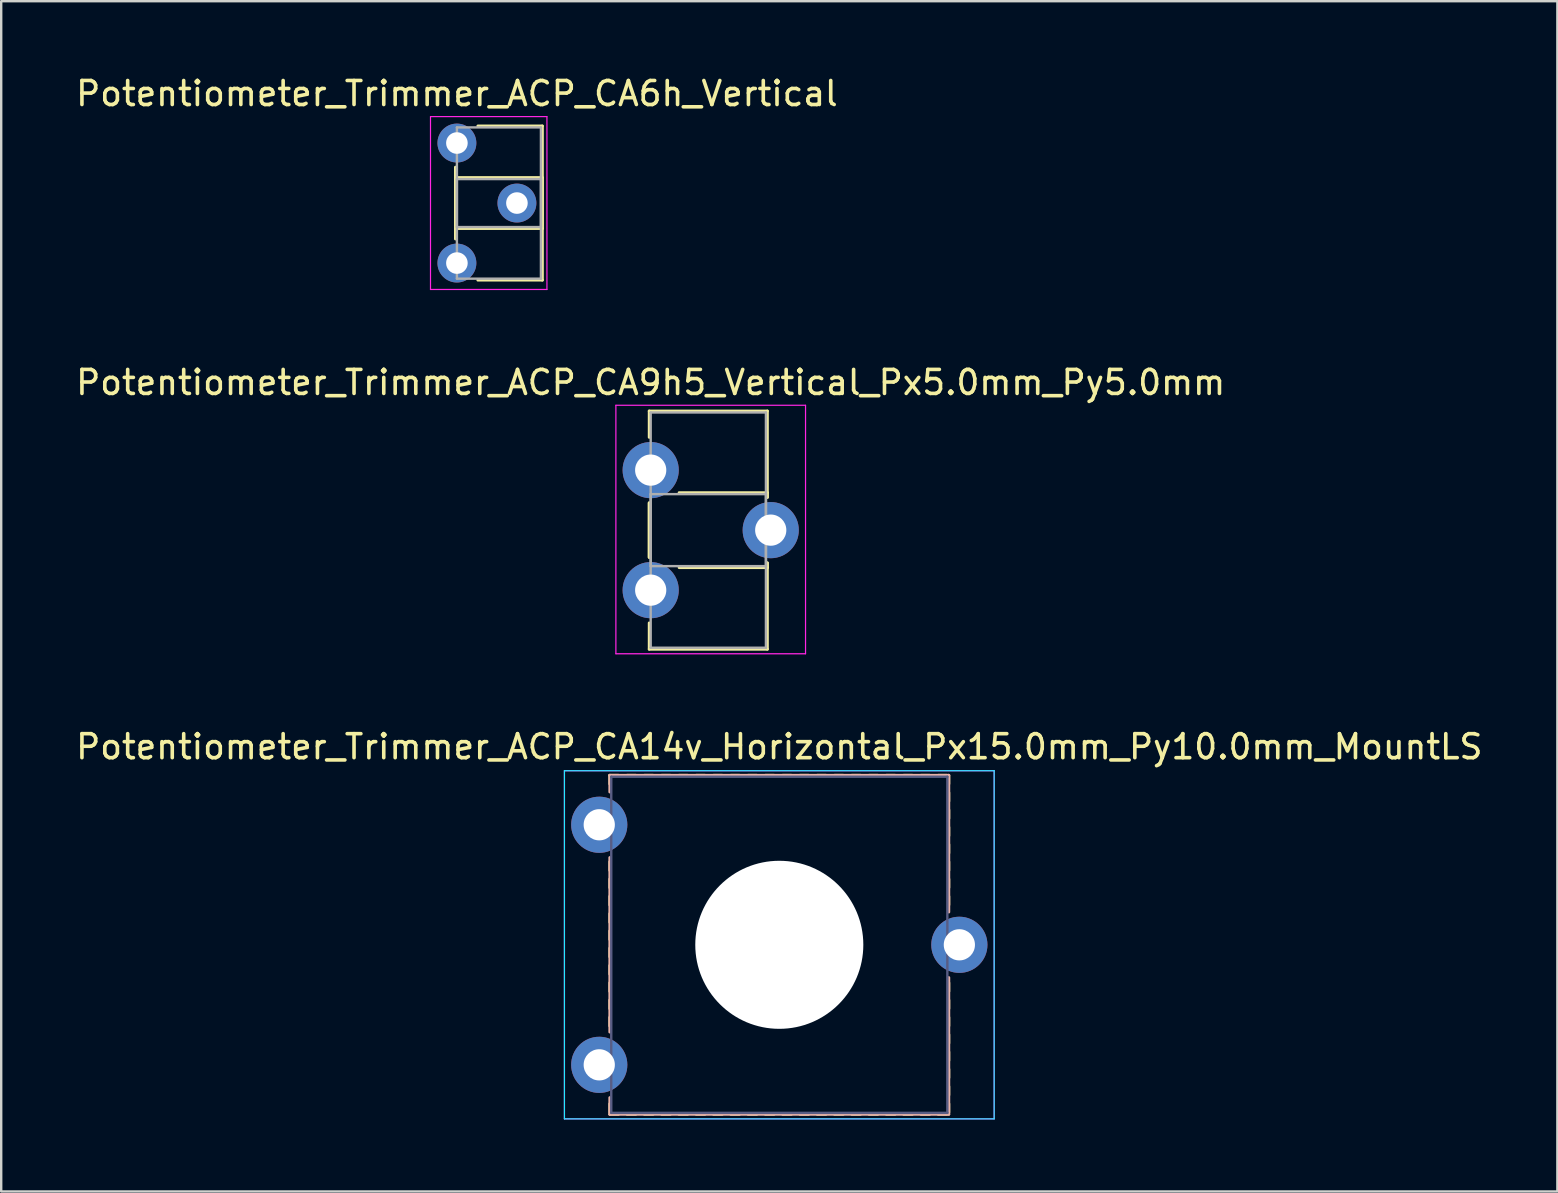
<source format=kicad_pcb>
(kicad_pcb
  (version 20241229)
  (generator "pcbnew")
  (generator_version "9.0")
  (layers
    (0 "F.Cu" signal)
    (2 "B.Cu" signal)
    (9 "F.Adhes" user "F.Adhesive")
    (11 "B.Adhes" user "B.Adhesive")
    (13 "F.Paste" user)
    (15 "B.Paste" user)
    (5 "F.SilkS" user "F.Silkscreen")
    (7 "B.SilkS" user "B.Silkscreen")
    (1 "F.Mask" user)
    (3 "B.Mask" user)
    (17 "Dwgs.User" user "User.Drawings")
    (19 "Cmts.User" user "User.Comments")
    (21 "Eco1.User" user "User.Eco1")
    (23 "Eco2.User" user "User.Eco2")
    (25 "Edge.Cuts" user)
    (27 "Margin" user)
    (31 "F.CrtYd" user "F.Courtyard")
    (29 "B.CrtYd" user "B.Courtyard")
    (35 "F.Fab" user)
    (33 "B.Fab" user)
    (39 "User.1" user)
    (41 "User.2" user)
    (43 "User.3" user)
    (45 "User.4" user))
  (footprint "Potentiometer_Trimmer_ACP_CA9h5_Vertical_Px5.0mm_Py5.0mm"
    (layer "F.Cu")
    (at 24.054 16.532)
    (property "Reference" "Potentiometer_Trimmer_ACP_CA9h5_Vertical_Px5.0mm_Py5.0mm" (at 0 -3.65 0) (layer "F.SilkS") (effects (font (size 1 1) (thickness 0.15))))
    (attr through_hole)
    (fp_line (start -0.061 -2.461) (end -0.061 -1.365) (stroke (width 0.12) (type solid)) (layer "F.SilkS"))
    (fp_line (start -0.061 -2.461) (end 4.86 -2.461) (stroke (width 0.12) (type solid)) (layer "F.SilkS"))
    (fp_line (start -0.061 1.365) (end -0.061 3.635) (stroke (width 0.12) (type solid)) (layer "F.SilkS"))
    (fp_line (start -0.061 1.365) (end -0.061 3.635) (stroke (width 0.12) (type solid)) (layer "F.SilkS"))
    (fp_line (start -0.061 6.365) (end -0.061 7.46) (stroke (width 0.12) (type solid)) (layer "F.SilkS"))
    (fp_line (start -0.061 7.46) (end 4.86 7.46) (stroke (width 0.12) (type solid)) (layer "F.SilkS"))
    (fp_line (start 1.185 0.94) (end 4.86 0.94) (stroke (width 0.12) (type solid)) (layer "F.SilkS"))
    (fp_line (start 1.185 4.061) (end 4.86 4.061) (stroke (width 0.12) (type solid)) (layer "F.SilkS"))
    (fp_line (start 4.86 -2.461) (end 4.86 1.135) (stroke (width 0.12) (type solid)) (layer "F.SilkS"))
    (fp_line (start 4.86 0.94) (end 4.86 1.135) (stroke (width 0.12) (type solid)) (layer "F.SilkS"))
    (fp_line (start 4.86 3.865) (end 4.86 4.061) (stroke (width 0.12) (type solid)) (layer "F.SilkS"))
    (fp_line (start 4.86 3.865) (end 4.86 7.46) (stroke (width 0.12) (type solid)) (layer "F.SilkS"))
    (fp_line (start -1.45 -2.7) (end -1.45 7.65) (stroke (width 0.05) (type solid)) (layer "F.CrtYd"))
    (fp_line (start -1.45 7.65) (end 6.45 7.65) (stroke (width 0.05) (type solid)) (layer "F.CrtYd"))
    (fp_line (start 6.45 -2.7) (end -1.45 -2.7) (stroke (width 0.05) (type solid)) (layer "F.CrtYd"))
    (fp_line (start 6.45 7.65) (end 6.45 -2.7) (stroke (width 0.05) (type solid)) (layer "F.CrtYd"))
    (fp_line (start 0 -2.4) (end 4.8 -2.4) (stroke (width 0.1) (type solid)) (layer "F.Fab"))
    (fp_line (start 0 1) (end 0 4) (stroke (width 0.1) (type solid)) (layer "F.Fab"))
    (fp_line (start 0 4) (end 4.8 4) (stroke (width 0.1) (type solid)) (layer "F.Fab"))
    (fp_line (start 0 7.4) (end 0 -2.4) (stroke (width 0.1) (type solid)) (layer "F.Fab"))
    (fp_line (start 4.8 -2.4) (end 4.8 7.4) (stroke (width 0.1) (type solid)) (layer "F.Fab"))
    (fp_line (start 4.8 1) (end 0 1) (stroke (width 0.1) (type solid)) (layer "F.Fab"))
    (fp_line (start 4.8 4) (end 4.8 1) (stroke (width 0.1) (type solid)) (layer "F.Fab"))
    (fp_line (start 4.8 7.4) (end 0 7.4) (stroke (width 0.1) (type solid)) (layer "F.Fab"))
    (pad "1" thru_hole circle (at 0 0) (size 2.34 2.34) (drill 1.3) (layers "*.Cu" "*.Mask"))
    (pad "2" thru_hole circle (at 5 2.5) (size 2.34 2.34) (drill 1.3) (layers "*.Cu" "*.Mask"))
    (pad "3" thru_hole circle (at 0 5) (size 2.34 2.34) (drill 1.3) (layers "*.Cu" "*.Mask")))
  (footprint "Potentiometer_Trimmer_ACP_CA14v_Horizontal_Px15.0mm_Py10.0mm_MountLS"
    (layer "F.Cu")
    (at 21.911 41.305)
    (property "Reference" "Potentiometer_Trimmer_ACP_CA14v_Horizontal_Px15.0mm_Py10.0mm_MountLS" (at 7.5 -13.25 0) (layer "F.SilkS") (effects (font (size 1 1) (thickness 0.15))))
    (attr through_hole)
    (fp_line (start 0.44 -12.06) (end 0.44 -11.701) (stroke (width 0.12) (type solid)) (layer "F.SilkS"))
    (fp_line (start 0.44 -12.06) (end 0.8 -12.06) (stroke (width 0.12) (type solid)) (layer "F.SilkS"))
    (fp_line (start 0.44 -8.46) (end 0.44 -8.1) (stroke (width 0.12) (type solid)) (layer "F.SilkS"))
    (fp_line (start 0.44 -7.74) (end 0.44 -7.38) (stroke (width 0.12) (type solid)) (layer "F.SilkS"))
    (fp_line (start 0.44 -7.02) (end 0.44 -6.66) (stroke (width 0.12) (type solid)) (layer "F.SilkS"))
    (fp_line (start 0.44 -6.3) (end 0.44 -5.94) (stroke (width 0.12) (type solid)) (layer "F.SilkS"))
    (fp_line (start 0.44 -5.58) (end 0.44 -5.22) (stroke (width 0.12) (type solid)) (layer "F.SilkS"))
    (fp_line (start 0.44 -4.86) (end 0.44 -4.5) (stroke (width 0.12) (type solid)) (layer "F.SilkS"))
    (fp_line (start 0.44 -4.14) (end 0.44 -3.78) (stroke (width 0.12) (type solid)) (layer "F.SilkS"))
    (fp_line (start 0.44 -3.42) (end 0.44 -3.06) (stroke (width 0.12) (type solid)) (layer "F.SilkS"))
    (fp_line (start 0.44 -2.7) (end 0.44 -2.34) (stroke (width 0.12) (type solid)) (layer "F.SilkS"))
    (fp_line (start 0.44 -1.98) (end 0.44 -1.62) (stroke (width 0.12) (type solid)) (layer "F.SilkS"))
    (fp_line (start 0.44 1.62) (end 0.44 1.98) (stroke (width 0.12) (type solid)) (layer "F.SilkS"))
    (fp_line (start 0.44 2.06) (end 0.8 2.06) (stroke (width 0.12) (type solid)) (layer "F.SilkS"))
    (fp_line (start 1.16 -12.06) (end 1.52 -12.06) (stroke (width 0.12) (type solid)) (layer "F.SilkS"))
    (fp_line (start 1.16 2.06) (end 1.52 2.06) (stroke (width 0.12) (type solid)) (layer "F.SilkS"))
    (fp_line (start 1.88 -12.06) (end 2.24 -12.06) (stroke (width 0.12) (type solid)) (layer "F.SilkS"))
    (fp_line (start 1.88 2.06) (end 2.24 2.06) (stroke (width 0.12) (type solid)) (layer "F.SilkS"))
    (fp_line (start 2.6 -12.06) (end 2.96 -12.06) (stroke (width 0.12) (type solid)) (layer "F.SilkS"))
    (fp_line (start 2.6 2.06) (end 2.96 2.06) (stroke (width 0.12) (type solid)) (layer "F.SilkS"))
    (fp_line (start 3.32 -12.06) (end 3.68 -12.06) (stroke (width 0.12) (type solid)) (layer "F.SilkS"))
    (fp_line (start 3.32 2.06) (end 3.68 2.06) (stroke (width 0.12) (type solid)) (layer "F.SilkS"))
    (fp_line (start 4.04 -12.06) (end 4.4 -12.06) (stroke (width 0.12) (type solid)) (layer "F.SilkS"))
    (fp_line (start 4.04 2.06) (end 4.4 2.06) (stroke (width 0.12) (type solid)) (layer "F.SilkS"))
    (fp_line (start 4.76 -12.06) (end 5.12 -12.06) (stroke (width 0.12) (type solid)) (layer "F.SilkS"))
    (fp_line (start 4.76 2.06) (end 5.12 2.06) (stroke (width 0.12) (type solid)) (layer "F.SilkS"))
    (fp_line (start 5.48 -12.06) (end 5.84 -12.06) (stroke (width 0.12) (type solid)) (layer "F.SilkS"))
    (fp_line (start 5.48 2.06) (end 5.84 2.06) (stroke (width 0.12) (type solid)) (layer "F.SilkS"))
    (fp_line (start 6.2 -12.06) (end 6.56 -12.06) (stroke (width 0.12) (type solid)) (layer "F.SilkS"))
    (fp_line (start 6.2 2.06) (end 6.56 2.06) (stroke (width 0.12) (type solid)) (layer "F.SilkS"))
    (fp_line (start 6.92 -12.06) (end 7.28 -12.06) (stroke (width 0.12) (type solid)) (layer "F.SilkS"))
    (fp_line (start 6.92 2.06) (end 7.28 2.06) (stroke (width 0.12) (type solid)) (layer "F.SilkS"))
    (fp_line (start 7.64 -12.06) (end 8 -12.06) (stroke (width 0.12) (type solid)) (layer "F.SilkS"))
    (fp_line (start 7.64 2.06) (end 8 2.06) (stroke (width 0.12) (type solid)) (layer "F.SilkS"))
    (fp_line (start 8.36 -12.06) (end 8.72 -12.06) (stroke (width 0.12) (type solid)) (layer "F.SilkS"))
    (fp_line (start 8.36 2.06) (end 8.72 2.06) (stroke (width 0.12) (type solid)) (layer "F.SilkS"))
    (fp_line (start 9.08 -12.06) (end 9.44 -12.06) (stroke (width 0.12) (type solid)) (layer "F.SilkS"))
    (fp_line (start 9.08 2.06) (end 9.44 2.06) (stroke (width 0.12) (type solid)) (layer "F.SilkS"))
    (fp_line (start 9.8 -12.06) (end 10.16 -12.06) (stroke (width 0.12) (type solid)) (layer "F.SilkS"))
    (fp_line (start 9.8 2.06) (end 10.16 2.06) (stroke (width 0.12) (type solid)) (layer "F.SilkS"))
    (fp_line (start 10.52 -12.06) (end 10.88 -12.06) (stroke (width 0.12) (type solid)) (layer "F.SilkS"))
    (fp_line (start 10.52 2.06) (end 10.88 2.06) (stroke (width 0.12) (type solid)) (layer "F.SilkS"))
    (fp_line (start 11.24 -12.06) (end 11.6 -12.06) (stroke (width 0.12) (type solid)) (layer "F.SilkS"))
    (fp_line (start 11.24 2.06) (end 11.6 2.06) (stroke (width 0.12) (type solid)) (layer "F.SilkS"))
    (fp_line (start 11.96 -12.06) (end 12.32 -12.06) (stroke (width 0.12) (type solid)) (layer "F.SilkS"))
    (fp_line (start 11.96 2.06) (end 12.32 2.06) (stroke (width 0.12) (type solid)) (layer "F.SilkS"))
    (fp_line (start 12.681 -12.06) (end 13.04 -12.06) (stroke (width 0.12) (type solid)) (layer "F.SilkS"))
    (fp_line (start 12.681 2.06) (end 13.04 2.06) (stroke (width 0.12) (type solid)) (layer "F.SilkS"))
    (fp_line (start 13.401 -12.06) (end 13.761 -12.06) (stroke (width 0.12) (type solid)) (layer "F.SilkS"))
    (fp_line (start 13.401 2.06) (end 13.761 2.06) (stroke (width 0.12) (type solid)) (layer "F.SilkS"))
    (fp_line (start 14.121 -12.06) (end 14.481 -12.06) (stroke (width 0.12) (type solid)) (layer "F.SilkS"))
    (fp_line (start 14.121 2.06) (end 14.481 2.06) (stroke (width 0.12) (type solid)) (layer "F.SilkS"))
    (fp_line (start 14.56 -12.06) (end 14.56 -11.701) (stroke (width 0.12) (type solid)) (layer "F.SilkS"))
    (fp_line (start 14.56 -11.34) (end 14.56 -10.981) (stroke (width 0.12) (type solid)) (layer "F.SilkS"))
    (fp_line (start 14.56 -10.621) (end 14.56 -10.261) (stroke (width 0.12) (type solid)) (layer "F.SilkS"))
    (fp_line (start 14.56 -9.9) (end 14.56 -9.54) (stroke (width 0.12) (type solid)) (layer "F.SilkS"))
    (fp_line (start 14.56 -9.18) (end 14.56 -8.82) (stroke (width 0.12) (type solid)) (layer "F.SilkS"))
    (fp_line (start 14.56 -8.46) (end 14.56 -8.1) (stroke (width 0.12) (type solid)) (layer "F.SilkS"))
    (fp_line (start 14.56 -7.74) (end 14.56 -7.38) (stroke (width 0.12) (type solid)) (layer "F.SilkS"))
    (fp_line (start 14.56 -7.02) (end 14.56 -6.66) (stroke (width 0.12) (type solid)) (layer "F.SilkS"))
    (fp_line (start 14.56 -3.42) (end 14.56 -3.06) (stroke (width 0.12) (type solid)) (layer "F.SilkS"))
    (fp_line (start 14.56 -2.7) (end 14.56 -2.34) (stroke (width 0.12) (type solid)) (layer "F.SilkS"))
    (fp_line (start 14.56 -1.98) (end 14.56 -1.62) (stroke (width 0.12) (type solid)) (layer "F.SilkS"))
    (fp_line (start 14.56 -1.26) (end 14.56 -0.9) (stroke (width 0.12) (type solid)) (layer "F.SilkS"))
    (fp_line (start 14.56 -0.54) (end 14.56 -0.18) (stroke (width 0.12) (type solid)) (layer "F.SilkS"))
    (fp_line (start 14.56 0.18) (end 14.56 0.54) (stroke (width 0.12) (type solid)) (layer "F.SilkS"))
    (fp_line (start 14.56 0.9) (end 14.56 1.26) (stroke (width 0.12) (type solid)) (layer "F.SilkS"))
    (fp_line (start 14.56 1.62) (end 14.56 1.98) (stroke (width 0.12) (type solid)) (layer "F.SilkS"))
    (fp_line (start 0.44 -12.06) (end 0.44 -11.365) (stroke (width 0.12) (type solid)) (layer "B.SilkS"))
    (fp_line (start 0.44 -12.06) (end 14.56 -12.06) (stroke (width 0.12) (type solid)) (layer "B.SilkS"))
    (fp_line (start 0.44 -8.635) (end 0.44 -1.365) (stroke (width 0.12) (type solid)) (layer "B.SilkS"))
    (fp_line (start 0.44 1.365) (end 0.44 2.06) (stroke (width 0.12) (type solid)) (layer "B.SilkS"))
    (fp_line (start 0.44 2.06) (end 14.56 2.06) (stroke (width 0.12) (type solid)) (layer "B.SilkS"))
    (fp_line (start 14.56 -12.06) (end 14.56 -6.365) (stroke (width 0.12) (type solid)) (layer "B.SilkS"))
    (fp_line (start 14.56 -3.635) (end 14.56 2.06) (stroke (width 0.12) (type solid)) (layer "B.SilkS"))
    (fp_line (start -1.45 -12.25) (end -1.45 2.25) (stroke (width 0.05) (type solid)) (layer "B.CrtYd"))
    (fp_line (start -1.45 2.25) (end 16.45 2.25) (stroke (width 0.05) (type solid)) (layer "B.CrtYd"))
    (fp_line (start 16.45 -12.25) (end -1.45 -12.25) (stroke (width 0.05) (type solid)) (layer "B.CrtYd"))
    (fp_line (start 16.45 2.25) (end 16.45 -12.25) (stroke (width 0.05) (type solid)) (layer "B.CrtYd"))
    (fp_line (start -1.45 -12.25) (end -1.45 2.25) (stroke (width 0.05) (type solid)) (layer "F.CrtYd"))
    (fp_line (start -1.45 2.25) (end 16.45 2.25) (stroke (width 0.05) (type solid)) (layer "F.CrtYd"))
    (fp_line (start 16.45 -12.25) (end -1.45 -12.25) (stroke (width 0.05) (type solid)) (layer "F.CrtYd"))
    (fp_line (start 16.45 2.25) (end 16.45 -12.25) (stroke (width 0.05) (type solid)) (layer "F.CrtYd"))
    (fp_line (start 0.5 -12) (end 0.5 2) (stroke (width 0.1) (type solid)) (layer "B.Fab"))
    (fp_line (start 0.5 2) (end 14.5 2) (stroke (width 0.1) (type solid)) (layer "B.Fab"))
    (fp_line (start 14.5 -12) (end 0.5 -12) (stroke (width 0.1) (type solid)) (layer "B.Fab"))
    (fp_line (start 14.5 2) (end 14.5 -12) (stroke (width 0.1) (type solid)) (layer "B.Fab"))
    (fp_circle (center 7.5 -5) (end 10 -5) (stroke (width 0.1) (type solid)) (fill no) (layer "B.Fab"))
    (fp_circle (center 7.5 -5) (end 10.5 -5) (stroke (width 0.1) (type solid)) (fill no) (layer "B.Fab"))
    (pad "" np_thru_hole circle (at 7.5 -5) (size 7 7) (drill 7) (layers "*.Cu" "*.Mask"))
    (pad "1" thru_hole circle (at 0 0) (size 2.34 2.34) (drill 1.3) (layers "*.Cu" "*.Mask"))
    (pad "2" thru_hole circle (at 15 -5) (size 2.34 2.34) (drill 1.3) (layers "*.Cu" "*.Mask"))
    (pad "3" thru_hole circle (at 0 -10) (size 2.34 2.34) (drill 1.3) (layers "*.Cu" "*.Mask")))
  (footprint "Potentiometer_Trimmer_ACP_CA6h_Vertical"
    (layer "F.Cu")
    (at 15.982 2.908)
    (property "Reference" "Potentiometer_Trimmer_ACP_CA6h_Vertical" (at 0 -2.06 0) (layer "F.SilkS") (effects (font (size 1 1) (thickness 0.15))))
    (attr through_hole)
    (fp_line (start -0.061 1.005) (end -0.061 3.996) (stroke (width 0.12) (type solid)) (layer "F.SilkS"))
    (fp_line (start -0.061 1.44) (end -0.061 3.56) (stroke (width 0.12) (type solid)) (layer "F.SilkS"))
    (fp_line (start -0.061 1.44) (end 3.56 1.44) (stroke (width 0.12) (type solid)) (layer "F.SilkS"))
    (fp_line (start -0.061 3.56) (end 3.56 3.56) (stroke (width 0.12) (type solid)) (layer "F.SilkS"))
    (fp_line (start 0.873 -0.71) (end 3.56 -0.71) (stroke (width 0.12) (type solid)) (layer "F.SilkS"))
    (fp_line (start 0.873 5.71) (end 3.56 5.71) (stroke (width 0.12) (type solid)) (layer "F.SilkS"))
    (fp_line (start 3.56 -0.71) (end 3.56 5.71) (stroke (width 0.12) (type solid)) (layer "F.SilkS"))
    (fp_line (start 3.56 1.44) (end 3.56 3.56) (stroke (width 0.12) (type solid)) (layer "F.SilkS"))
    (fp_line (start -1.1 -1.1) (end -1.1 6.1) (stroke (width 0.05) (type solid)) (layer "F.CrtYd"))
    (fp_line (start -1.1 6.1) (end 3.75 6.1) (stroke (width 0.05) (type solid)) (layer "F.CrtYd"))
    (fp_line (start 3.75 -1.1) (end -1.1 -1.1) (stroke (width 0.05) (type solid)) (layer "F.CrtYd"))
    (fp_line (start 3.75 6.1) (end 3.75 -1.1) (stroke (width 0.05) (type solid)) (layer "F.CrtYd"))
    (fp_line (start 0 -0.65) (end 3.5 -0.65) (stroke (width 0.1) (type solid)) (layer "F.Fab"))
    (fp_line (start 0 1.5) (end 0 3.5) (stroke (width 0.1) (type solid)) (layer "F.Fab"))
    (fp_line (start 0 3.5) (end 3.5 3.5) (stroke (width 0.1) (type solid)) (layer "F.Fab"))
    (fp_line (start 0 5.65) (end 0 -0.65) (stroke (width 0.1) (type solid)) (layer "F.Fab"))
    (fp_line (start 3.5 -0.65) (end 3.5 5.65) (stroke (width 0.1) (type solid)) (layer "F.Fab"))
    (fp_line (start 3.5 1.5) (end 0 1.5) (stroke (width 0.1) (type solid)) (layer "F.Fab"))
    (fp_line (start 3.5 3.5) (end 3.5 1.5) (stroke (width 0.1) (type solid)) (layer "F.Fab"))
    (fp_line (start 3.5 5.65) (end 0 5.65) (stroke (width 0.1) (type solid)) (layer "F.Fab"))
    (pad "1" thru_hole circle (at 0 0) (size 1.62 1.62) (drill 0.9) (layers "*.Cu" "*.Mask"))
    (pad "2" thru_hole circle (at 2.5 2.5) (size 1.62 1.62) (drill 0.9) (layers "*.Cu" "*.Mask"))
    (pad "3" thru_hole circle (at 0 5) (size 1.62 1.62) (drill 0.9) (layers "*.Cu" "*.Mask")))
  (gr_rect
    (start -3 -3)
    (end 61.821 46.58)
    (stroke (width 0.1) (type default))
    (fill no)
    (layer "Edge.Cuts")))
</source>
